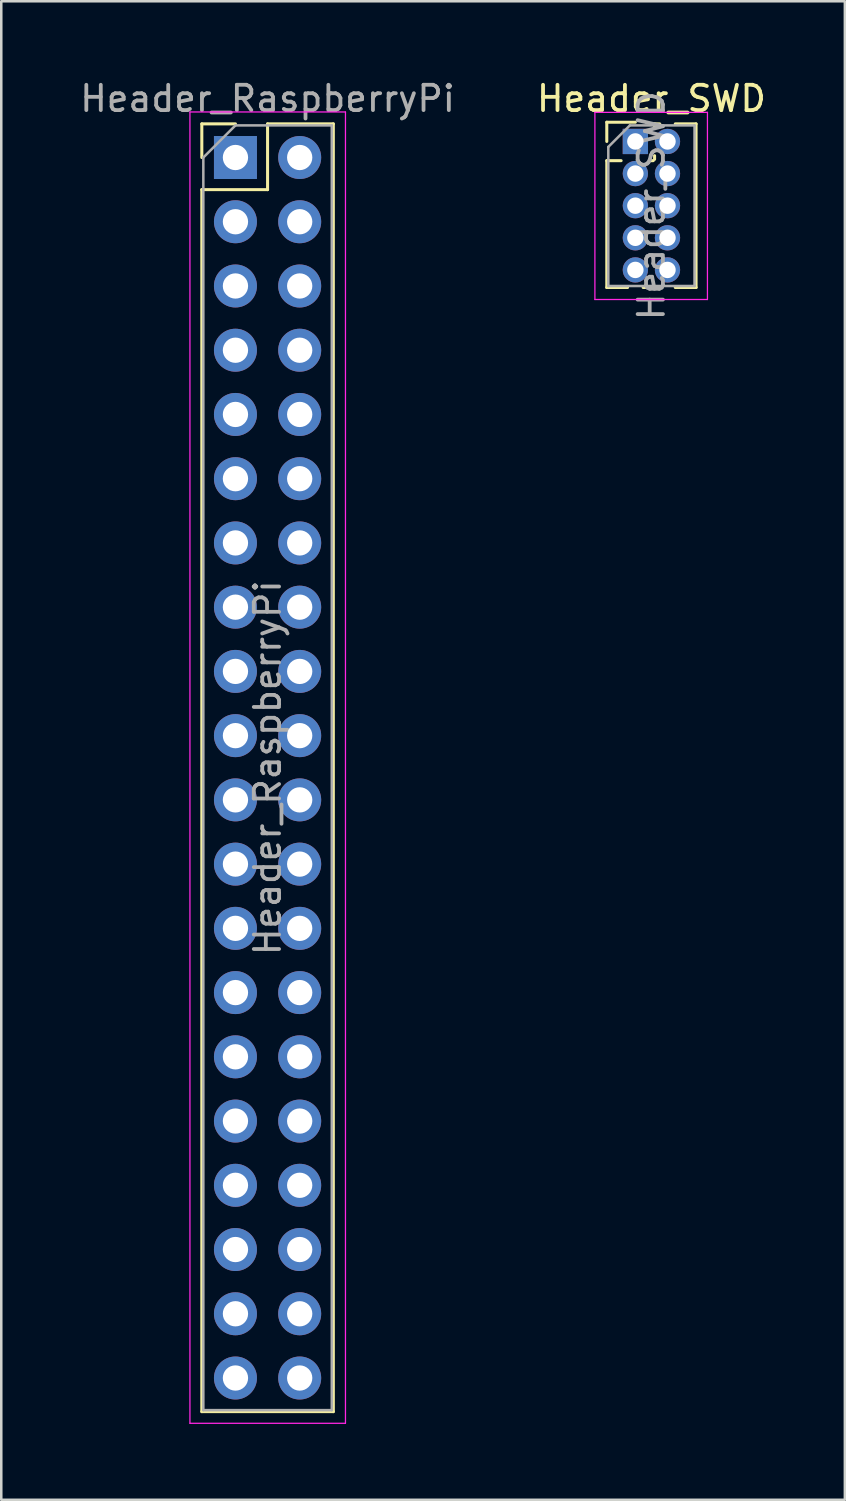
<source format=kicad_pcb>
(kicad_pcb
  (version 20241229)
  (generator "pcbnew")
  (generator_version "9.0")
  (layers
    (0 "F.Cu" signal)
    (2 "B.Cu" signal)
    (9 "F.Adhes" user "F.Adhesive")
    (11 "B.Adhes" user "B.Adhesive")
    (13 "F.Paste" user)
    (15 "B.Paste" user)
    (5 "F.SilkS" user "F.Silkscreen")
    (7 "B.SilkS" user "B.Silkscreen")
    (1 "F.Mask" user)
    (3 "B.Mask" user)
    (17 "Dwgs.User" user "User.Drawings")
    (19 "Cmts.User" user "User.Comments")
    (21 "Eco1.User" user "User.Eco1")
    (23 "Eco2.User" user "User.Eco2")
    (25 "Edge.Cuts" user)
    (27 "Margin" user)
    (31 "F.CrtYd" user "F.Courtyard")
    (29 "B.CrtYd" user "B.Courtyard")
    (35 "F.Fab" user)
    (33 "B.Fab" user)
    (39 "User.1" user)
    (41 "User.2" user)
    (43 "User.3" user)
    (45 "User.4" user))
  (footprint "Header_SWD"
    (layer "F.Cu")
    (at 22.073 2.543)
    (property "Reference" "Header_SWD" (at 0.635 -1.695 0) (layer "F.SilkS") (effects (font (size 1 1) (thickness 0.15))))
    (attr through_hole)
    (fp_line (start -1.13 -0.76) (end 0 -0.76) (stroke (width 0.12) (type solid)) (layer "F.SilkS"))
    (fp_line (start -1.13 0) (end -1.13 -0.76) (stroke (width 0.12) (type solid)) (layer "F.SilkS"))
    (fp_line (start -1.13 0.76) (end -1.13 5.775) (stroke (width 0.12) (type solid)) (layer "F.SilkS"))
    (fp_line (start -1.13 0.76) (end -0.563 0.76) (stroke (width 0.12) (type solid)) (layer "F.SilkS"))
    (fp_line (start -1.13 5.775) (end -0.308 5.775) (stroke (width 0.12) (type solid)) (layer "F.SilkS"))
    (fp_line (start 0.308 5.775) (end 0.962 5.775) (stroke (width 0.12) (type solid)) (layer "F.SilkS"))
    (fp_line (start 0.563 0.76) (end 0.707 0.76) (stroke (width 0.12) (type solid)) (layer "F.SilkS"))
    (fp_line (start 0.76 -0.695) (end 0.962 -0.695) (stroke (width 0.12) (type solid)) (layer "F.SilkS"))
    (fp_line (start 0.76 -0.563) (end 0.76 -0.695) (stroke (width 0.12) (type solid)) (layer "F.SilkS"))
    (fp_line (start 0.76 0.707) (end 0.76 0.563) (stroke (width 0.12) (type solid)) (layer "F.SilkS"))
    (fp_line (start 1.578 -0.695) (end 2.4 -0.695) (stroke (width 0.12) (type solid)) (layer "F.SilkS"))
    (fp_line (start 1.578 5.775) (end 2.4 5.775) (stroke (width 0.12) (type solid)) (layer "F.SilkS"))
    (fp_line (start 2.4 -0.695) (end 2.4 5.775) (stroke (width 0.12) (type solid)) (layer "F.SilkS"))
    (fp_line (start -1.6 -1.15) (end -1.6 6.25) (stroke (width 0.05) (type solid)) (layer "F.CrtYd"))
    (fp_line (start -1.6 6.25) (end 2.85 6.25) (stroke (width 0.05) (type solid)) (layer "F.CrtYd"))
    (fp_line (start 2.85 -1.15) (end -1.6 -1.15) (stroke (width 0.05) (type solid)) (layer "F.CrtYd"))
    (fp_line (start 2.85 6.25) (end 2.85 -1.15) (stroke (width 0.05) (type solid)) (layer "F.CrtYd"))
    (fp_line (start -1.07 0.217) (end -0.217 -0.635) (stroke (width 0.1) (type solid)) (layer "F.Fab"))
    (fp_line (start -1.07 5.715) (end -1.07 0.217) (stroke (width 0.1) (type solid)) (layer "F.Fab"))
    (fp_line (start -0.217 -0.635) (end 2.34 -0.635) (stroke (width 0.1) (type solid)) (layer "F.Fab"))
    (fp_line (start 2.34 -0.635) (end 2.34 5.715) (stroke (width 0.1) (type solid)) (layer "F.Fab"))
    (fp_line (start 2.34 5.715) (end -1.07 5.715) (stroke (width 0.1) (type solid)) (layer "F.Fab"))
    (fp_text user "${REFERENCE}" (at 0.635 2.54 90) (layer "F.Fab") (effects (font (size 1 1) (thickness 0.15))))
    (pad "1" thru_hole rect (at 0 0) (size 1 1) (drill 0.65) (layers "*.Cu" "*.Mask"))
    (pad "2" thru_hole oval (at 1.27 0) (size 1 1) (drill 0.65) (layers "*.Cu" "*.Mask"))
    (pad "3" thru_hole oval (at 0 1.27) (size 1 1) (drill 0.65) (layers "*.Cu" "*.Mask"))
    (pad "4" thru_hole oval (at 1.27 1.27) (size 1 1) (drill 0.65) (layers "*.Cu" "*.Mask"))
    (pad "5" thru_hole oval (at 0 2.54) (size 1 1) (drill 0.65) (layers "*.Cu" "*.Mask"))
    (pad "6" thru_hole oval (at 1.27 2.54) (size 1 1) (drill 0.65) (layers "*.Cu" "*.Mask"))
    (pad "7" thru_hole oval (at 0 3.81) (size 1 1) (drill 0.65) (layers "*.Cu" "*.Mask"))
    (pad "8" thru_hole oval (at 1.27 3.81) (size 1 1) (drill 0.65) (layers "*.Cu" "*.Mask"))
    (pad "9" thru_hole oval (at 0 5.08) (size 1 1) (drill 0.65) (layers "*.Cu" "*.Mask"))
    (pad "10" thru_hole oval (at 1.27 5.08) (size 1 1) (drill 0.65) (layers "*.Cu" "*.Mask")))
  (footprint "Header_RaspberryPi"
    (layer "F.Cu")
    (at 6.26 3.178)
    (property "Reference" "Header_RaspberryPi" (at 1.27 -2.33 0) (layer "F.Fab") (effects (font (size 1 1) (thickness 0.15))))
    (attr through_hole)
    (fp_line (start -1.33 -1.33) (end 0 -1.33) (stroke (width 0.12) (type solid)) (layer "F.SilkS"))
    (fp_line (start -1.33 0) (end -1.33 -1.33) (stroke (width 0.12) (type solid)) (layer "F.SilkS"))
    (fp_line (start -1.33 1.27) (end -1.33 49.59) (stroke (width 0.12) (type solid)) (layer "F.SilkS"))
    (fp_line (start -1.33 1.27) (end 1.27 1.27) (stroke (width 0.12) (type solid)) (layer "F.SilkS"))
    (fp_line (start -1.33 49.59) (end 3.87 49.59) (stroke (width 0.12) (type solid)) (layer "F.SilkS"))
    (fp_line (start 1.27 -1.33) (end 3.87 -1.33) (stroke (width 0.12) (type solid)) (layer "F.SilkS"))
    (fp_line (start 1.27 1.27) (end 1.27 -1.33) (stroke (width 0.12) (type solid)) (layer "F.SilkS"))
    (fp_line (start 3.87 -1.33) (end 3.87 49.59) (stroke (width 0.12) (type solid)) (layer "F.SilkS"))
    (fp_line (start -1.8 -1.8) (end -1.8 50.05) (stroke (width 0.05) (type solid)) (layer "F.CrtYd"))
    (fp_line (start -1.8 50.05) (end 4.35 50.05) (stroke (width 0.05) (type solid)) (layer "F.CrtYd"))
    (fp_line (start 4.35 -1.8) (end -1.8 -1.8) (stroke (width 0.05) (type solid)) (layer "F.CrtYd"))
    (fp_line (start 4.35 50.05) (end 4.35 -1.8) (stroke (width 0.05) (type solid)) (layer "F.CrtYd"))
    (fp_line (start -1.27 0) (end 0 -1.27) (stroke (width 0.1) (type solid)) (layer "F.Fab"))
    (fp_line (start -1.27 49.53) (end -1.27 0) (stroke (width 0.1) (type solid)) (layer "F.Fab"))
    (fp_line (start 0 -1.27) (end 3.81 -1.27) (stroke (width 0.1) (type solid)) (layer "F.Fab"))
    (fp_line (start 3.81 -1.27) (end 3.81 49.53) (stroke (width 0.1) (type solid)) (layer "F.Fab"))
    (fp_line (start 3.81 49.53) (end -1.27 49.53) (stroke (width 0.1) (type solid)) (layer "F.Fab"))
    (fp_text user "${REFERENCE}" (at 1.27 24.13 90) (layer "F.Fab") (effects (font (size 1 1) (thickness 0.15))))
    (pad "1" thru_hole rect (at 0 0) (size 1.7 1.7) (drill 1) (layers "*.Cu" "*.Mask"))
    (pad "2" thru_hole oval (at 2.54 0) (size 1.7 1.7) (drill 1) (layers "*.Cu" "*.Mask"))
    (pad "3" thru_hole oval (at 0 2.54) (size 1.7 1.7) (drill 1) (layers "*.Cu" "*.Mask"))
    (pad "4" thru_hole oval (at 2.54 2.54) (size 1.7 1.7) (drill 1) (layers "*.Cu" "*.Mask"))
    (pad "5" thru_hole oval (at 0 5.08) (size 1.7 1.7) (drill 1) (layers "*.Cu" "*.Mask"))
    (pad "6" thru_hole oval (at 2.54 5.08) (size 1.7 1.7) (drill 1) (layers "*.Cu" "*.Mask"))
    (pad "7" thru_hole oval (at 0 7.62) (size 1.7 1.7) (drill 1) (layers "*.Cu" "*.Mask"))
    (pad "8" thru_hole oval (at 2.54 7.62) (size 1.7 1.7) (drill 1) (layers "*.Cu" "*.Mask"))
    (pad "9" thru_hole oval (at 0 10.16) (size 1.7 1.7) (drill 1) (layers "*.Cu" "*.Mask"))
    (pad "10" thru_hole oval (at 2.54 10.16) (size 1.7 1.7) (drill 1) (layers "*.Cu" "*.Mask"))
    (pad "11" thru_hole oval (at 0 12.7) (size 1.7 1.7) (drill 1) (layers "*.Cu" "*.Mask"))
    (pad "12" thru_hole oval (at 2.54 12.7) (size 1.7 1.7) (drill 1) (layers "*.Cu" "*.Mask"))
    (pad "13" thru_hole oval (at 0 15.24) (size 1.7 1.7) (drill 1) (layers "*.Cu" "*.Mask"))
    (pad "14" thru_hole oval (at 2.54 15.24) (size 1.7 1.7) (drill 1) (layers "*.Cu" "*.Mask"))
    (pad "15" thru_hole oval (at 0 17.78) (size 1.7 1.7) (drill 1) (layers "*.Cu" "*.Mask"))
    (pad "16" thru_hole oval (at 2.54 17.78) (size 1.7 1.7) (drill 1) (layers "*.Cu" "*.Mask"))
    (pad "17" thru_hole oval (at 0 20.32) (size 1.7 1.7) (drill 1) (layers "*.Cu" "*.Mask"))
    (pad "18" thru_hole oval (at 2.54 20.32) (size 1.7 1.7) (drill 1) (layers "*.Cu" "*.Mask"))
    (pad "19" thru_hole oval (at 0 22.86) (size 1.7 1.7) (drill 1) (layers "*.Cu" "*.Mask"))
    (pad "20" thru_hole oval (at 2.54 22.86) (size 1.7 1.7) (drill 1) (layers "*.Cu" "*.Mask"))
    (pad "21" thru_hole oval (at 0 25.4) (size 1.7 1.7) (drill 1) (layers "*.Cu" "*.Mask"))
    (pad "22" thru_hole oval (at 2.54 25.4) (size 1.7 1.7) (drill 1) (layers "*.Cu" "*.Mask"))
    (pad "23" thru_hole oval (at 0 27.94) (size 1.7 1.7) (drill 1) (layers "*.Cu" "*.Mask"))
    (pad "24" thru_hole oval (at 2.54 27.94) (size 1.7 1.7) (drill 1) (layers "*.Cu" "*.Mask"))
    (pad "25" thru_hole oval (at 0 30.48) (size 1.7 1.7) (drill 1) (layers "*.Cu" "*.Mask"))
    (pad "26" thru_hole oval (at 2.54 30.48) (size 1.7 1.7) (drill 1) (layers "*.Cu" "*.Mask"))
    (pad "27" thru_hole oval (at 0 33.02) (size 1.7 1.7) (drill 1) (layers "*.Cu" "*.Mask"))
    (pad "28" thru_hole oval (at 2.54 33.02) (size 1.7 1.7) (drill 1) (layers "*.Cu" "*.Mask"))
    (pad "29" thru_hole oval (at 0 35.56) (size 1.7 1.7) (drill 1) (layers "*.Cu" "*.Mask"))
    (pad "30" thru_hole oval (at 2.54 35.56) (size 1.7 1.7) (drill 1) (layers "*.Cu" "*.Mask"))
    (pad "31" thru_hole oval (at 0 38.1) (size 1.7 1.7) (drill 1) (layers "*.Cu" "*.Mask"))
    (pad "32" thru_hole oval (at 2.54 38.1) (size 1.7 1.7) (drill 1) (layers "*.Cu" "*.Mask"))
    (pad "33" thru_hole oval (at 0 40.64) (size 1.7 1.7) (drill 1) (layers "*.Cu" "*.Mask"))
    (pad "34" thru_hole oval (at 2.54 40.64) (size 1.7 1.7) (drill 1) (layers "*.Cu" "*.Mask"))
    (pad "35" thru_hole oval (at 0 43.18) (size 1.7 1.7) (drill 1) (layers "*.Cu" "*.Mask"))
    (pad "36" thru_hole oval (at 2.54 43.18) (size 1.7 1.7) (drill 1) (layers "*.Cu" "*.Mask"))
    (pad "37" thru_hole oval (at 0 45.72) (size 1.7 1.7) (drill 1) (layers "*.Cu" "*.Mask"))
    (pad "38" thru_hole oval (at 2.54 45.72) (size 1.7 1.7) (drill 1) (layers "*.Cu" "*.Mask"))
    (pad "39" thru_hole oval (at 0 48.26) (size 1.7 1.7) (drill 1) (layers "*.Cu" "*.Mask"))
    (pad "40" thru_hole oval (at 2.54 48.26) (size 1.7 1.7) (drill 1) (layers "*.Cu" "*.Mask")))
  (gr_rect
    (start -3 -3)
    (end 30.357 56.253)
    (stroke (width 0.1) (type default))
    (fill no)
    (layer "Edge.Cuts")))
</source>
